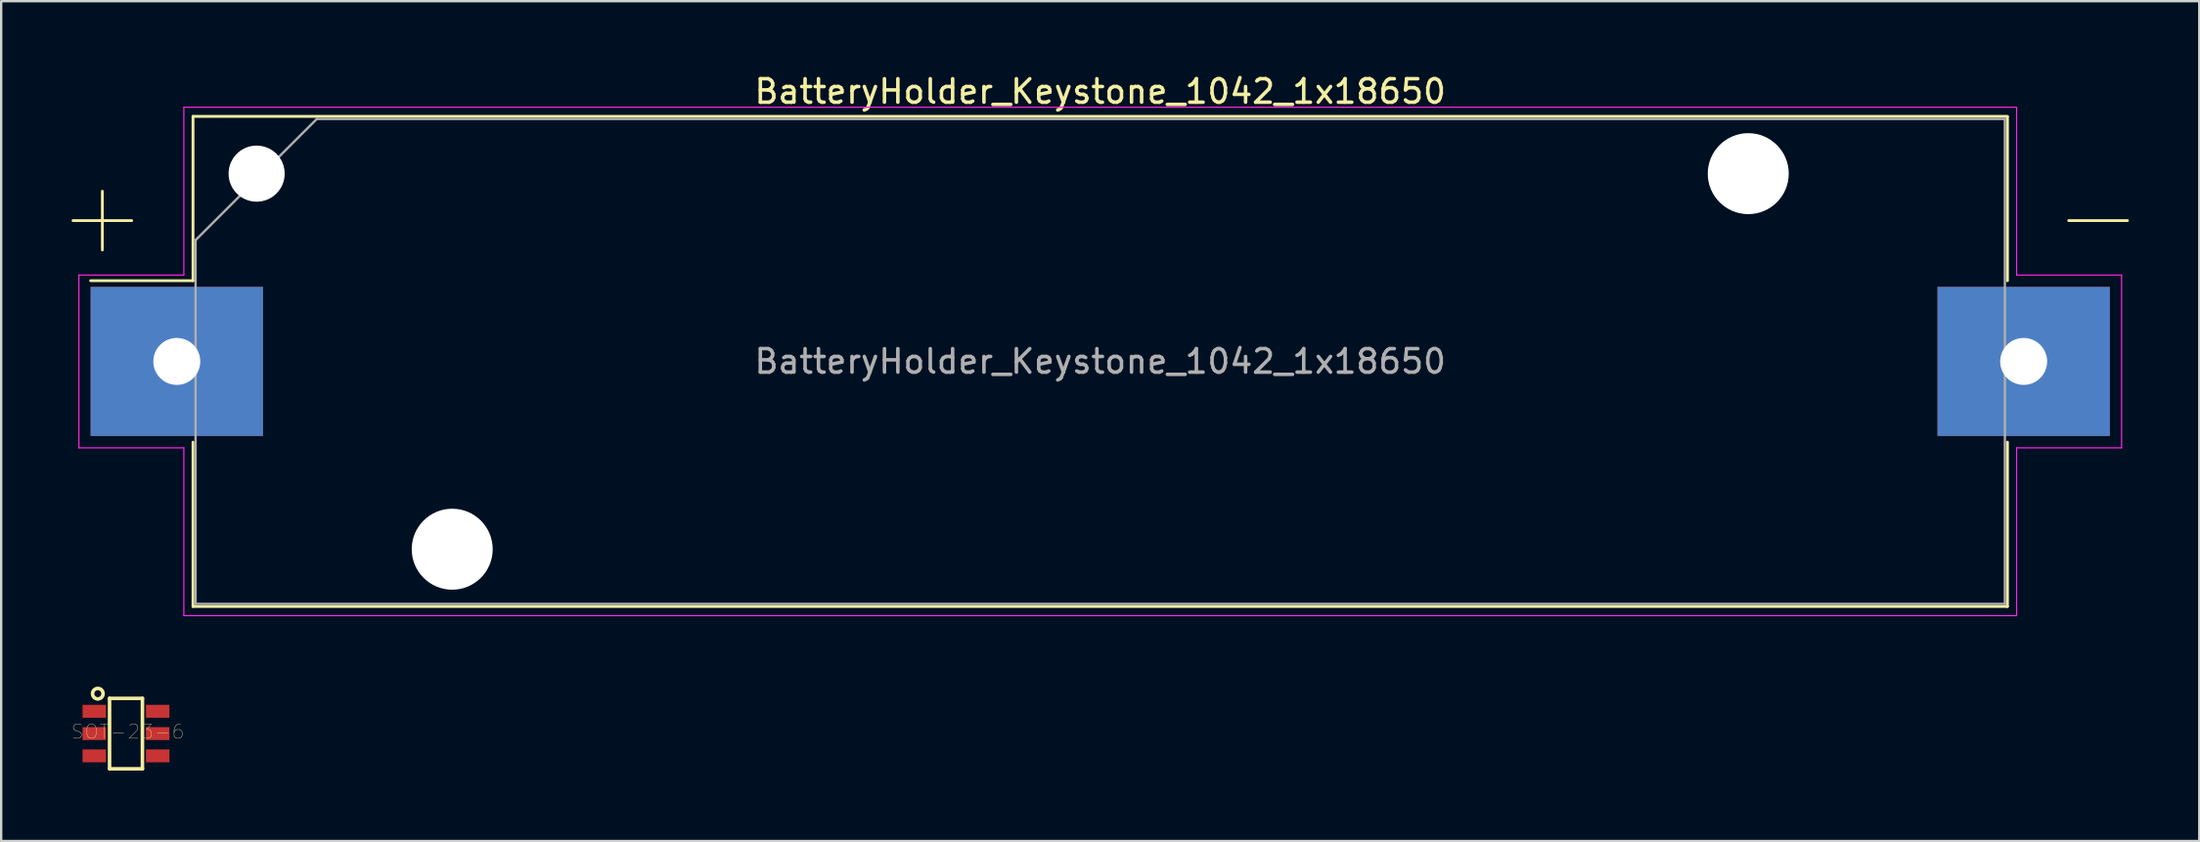
<source format=kicad_pcb>
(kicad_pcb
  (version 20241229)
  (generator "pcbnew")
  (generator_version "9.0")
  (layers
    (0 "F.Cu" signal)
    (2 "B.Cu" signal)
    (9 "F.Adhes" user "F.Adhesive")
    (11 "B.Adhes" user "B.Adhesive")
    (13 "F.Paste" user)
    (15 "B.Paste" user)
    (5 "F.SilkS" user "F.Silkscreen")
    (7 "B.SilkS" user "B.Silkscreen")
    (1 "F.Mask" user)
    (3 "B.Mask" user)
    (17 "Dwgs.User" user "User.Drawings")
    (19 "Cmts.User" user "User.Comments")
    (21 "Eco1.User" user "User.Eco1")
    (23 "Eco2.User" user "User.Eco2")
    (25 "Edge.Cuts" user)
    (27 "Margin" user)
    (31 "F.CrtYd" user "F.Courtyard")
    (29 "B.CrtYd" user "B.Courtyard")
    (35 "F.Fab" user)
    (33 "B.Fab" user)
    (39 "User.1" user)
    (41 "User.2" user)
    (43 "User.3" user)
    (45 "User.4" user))
  (footprint "BatteryHolder_Keystone_1042_1x18650"
    (layer "F.Cu")
    (at 43.81 12.348)
    (property "Reference" "BatteryHolder_Keystone_1042_1x18650" (at 0 -11.5 0) (layer "F.SilkS") (effects (font (size 1 1) (thickness 0.15))))
    (attr smd)
    (fp_line (start -43.75 -6) (end -41.25 -6) (stroke (width 0.12) (type solid)) (layer "F.SilkS"))
    (fp_line (start -42.5 -4.75) (end -42.5 -7.25) (stroke (width 0.12) (type solid)) (layer "F.SilkS"))
    (fp_line (start -38.64 -10.44) (end -38.64 -3.44) (stroke (width 0.12) (type solid)) (layer "F.SilkS"))
    (fp_line (start -38.64 -3.44) (end -43 -3.44) (stroke (width 0.12) (type solid)) (layer "F.SilkS"))
    (fp_line (start -38.64 10.44) (end -38.64 3.44) (stroke (width 0.12) (type solid)) (layer "F.SilkS"))
    (fp_line (start 38.64 -10.44) (end -38.64 -10.44) (stroke (width 0.12) (type solid)) (layer "F.SilkS"))
    (fp_line (start 38.64 -3.44) (end 38.64 -10.42) (stroke (width 0.12) (type solid)) (layer "F.SilkS"))
    (fp_line (start 38.64 3.44) (end 38.64 10.44) (stroke (width 0.12) (type solid)) (layer "F.SilkS"))
    (fp_line (start 38.64 10.44) (end -38.64 10.44) (stroke (width 0.12) (type solid)) (layer "F.SilkS"))
    (fp_line (start 43.75 -6) (end 41.25 -6) (stroke (width 0.12) (type solid)) (layer "F.SilkS"))
    (fp_line (start -43.5 -3.68) (end -39.03 -3.68) (stroke (width 0.05) (type solid)) (layer "F.CrtYd"))
    (fp_line (start -43.5 3.68) (end -43.5 -3.68) (stroke (width 0.05) (type solid)) (layer "F.CrtYd"))
    (fp_line (start -39.03 -10.83) (end -39.03 -3.68) (stroke (width 0.05) (type solid)) (layer "F.CrtYd"))
    (fp_line (start -39.03 -10.83) (end 39.03 -10.83) (stroke (width 0.05) (type solid)) (layer "F.CrtYd"))
    (fp_line (start -39.03 3.68) (end -43.5 3.68) (stroke (width 0.05) (type solid)) (layer "F.CrtYd"))
    (fp_line (start -39.03 10.83) (end -39.03 3.68) (stroke (width 0.05) (type solid)) (layer "F.CrtYd"))
    (fp_line (start -39.03 10.83) (end 39.03 10.83) (stroke (width 0.05) (type solid)) (layer "F.CrtYd"))
    (fp_line (start 39.03 -10.83) (end 39.03 -3.68) (stroke (width 0.05) (type solid)) (layer "F.CrtYd"))
    (fp_line (start 39.03 3.68) (end 43.5 3.68) (stroke (width 0.05) (type solid)) (layer "F.CrtYd"))
    (fp_line (start 39.03 10.83) (end 39.03 3.68) (stroke (width 0.05) (type solid)) (layer "F.CrtYd"))
    (fp_line (start 43.5 -3.68) (end 39.03 -3.68) (stroke (width 0.05) (type solid)) (layer "F.CrtYd"))
    (fp_line (start 43.5 3.68) (end 43.5 -3.68) (stroke (width 0.05) (type solid)) (layer "F.CrtYd"))
    (fp_line (start -38.53 -5.168) (end -38.53 10.33) (stroke (width 0.1) (type solid)) (layer "F.Fab"))
    (fp_line (start -38.53 10.33) (end 38.53 10.33) (stroke (width 0.1) (type solid)) (layer "F.Fab"))
    (fp_line (start -33.367 -10.33) (end -38.53 -5.168) (stroke (width 0.1) (type solid)) (layer "F.Fab"))
    (fp_line (start -33.367 -10.33) (end 38.53 -10.33) (stroke (width 0.1) (type solid)) (layer "F.Fab"))
    (fp_line (start 38.53 -10.33) (end 38.53 10.33) (stroke (width 0.1) (type solid)) (layer "F.Fab"))
    (fp_text user "${REFERENCE}" (at 0 0 0) (layer "F.Fab") (effects (font (size 1 1) (thickness 0.15))))
    (pad "" np_thru_hole circle (at -35.93 -8) (size 2.39 2.39) (drill 2.39) (layers "*.Cu" "*.Mask"))
    (pad "" np_thru_hole circle (at -27.6 8) (size 3.45 3.45) (drill 3.45) (layers "*.Cu" "*.Mask"))
    (pad "" np_thru_hole circle (at 27.6 -8) (size 3.45 3.45) (drill 3.45) (layers "*.Cu" "*.Mask"))
    (pad "1" thru_hole rect (at -39.33 0) (size 7.34 6.35) (drill 2) (layers "*.Cu" "*.Mask"))
    (pad "2" thru_hole rect (at 39.33 0) (size 7.34 6.35) (drill 2) (layers "*.Cu" "*.Mask")))
  (footprint "SOT-23-6"
    (layer "F.Cu")
    (at 2.316 28.203)
    (property "Reference" "SOT-23-6" (at 0.076 -0.079 180) (layer "F.SilkS") (effects (font (size 0.6 0.6) (thickness 0.015))))
    (attr through_hole)
    (fp_line (start -0.7 -1.5) (end 0.7 -1.5) (stroke (width 0.152) (type solid)) (layer "F.SilkS"))
    (fp_line (start -0.7 1.5) (end -0.7 -1.5) (stroke (width 0.152) (type solid)) (layer "F.SilkS"))
    (fp_line (start 0.7 -1.5) (end 0.7 1.5) (stroke (width 0.152) (type solid)) (layer "F.SilkS"))
    (fp_line (start 0.7 1.5) (end -0.7 1.5) (stroke (width 0.152) (type solid)) (layer "F.SilkS"))
    (fp_circle (center -1.2 -1.7) (end -0.976 -1.7) (stroke (width 0.152) (type solid)) (fill no) (layer "F.SilkS"))
    (pad "1" smd rect (at -1.35 -0.95) (size 1 0.55) (layers "F.Cu" "F.Mask" "F.Paste"))
    (pad "2" smd rect (at -1.35 0) (size 1 0.55) (layers "F.Cu" "F.Mask" "F.Paste"))
    (pad "3" smd rect (at -1.35 0.95) (size 1 0.55) (layers "F.Cu" "F.Mask" "F.Paste"))
    (pad "4" smd rect (at 1.35 0.95) (size 1 0.55) (layers "F.Cu" "F.Mask" "F.Paste"))
    (pad "5" smd rect (at 1.35 0) (size 1 0.55) (layers "F.Cu" "F.Mask" "F.Paste"))
    (pad "6" smd rect (at 1.35 -0.95) (size 1 0.55) (layers "F.Cu" "F.Mask" "F.Paste")))
  (gr_rect
    (start -3 -3)
    (end 90.62 32.779)
    (stroke (width 0.1) (type default))
    (fill no)
    (layer "Edge.Cuts")))
</source>
